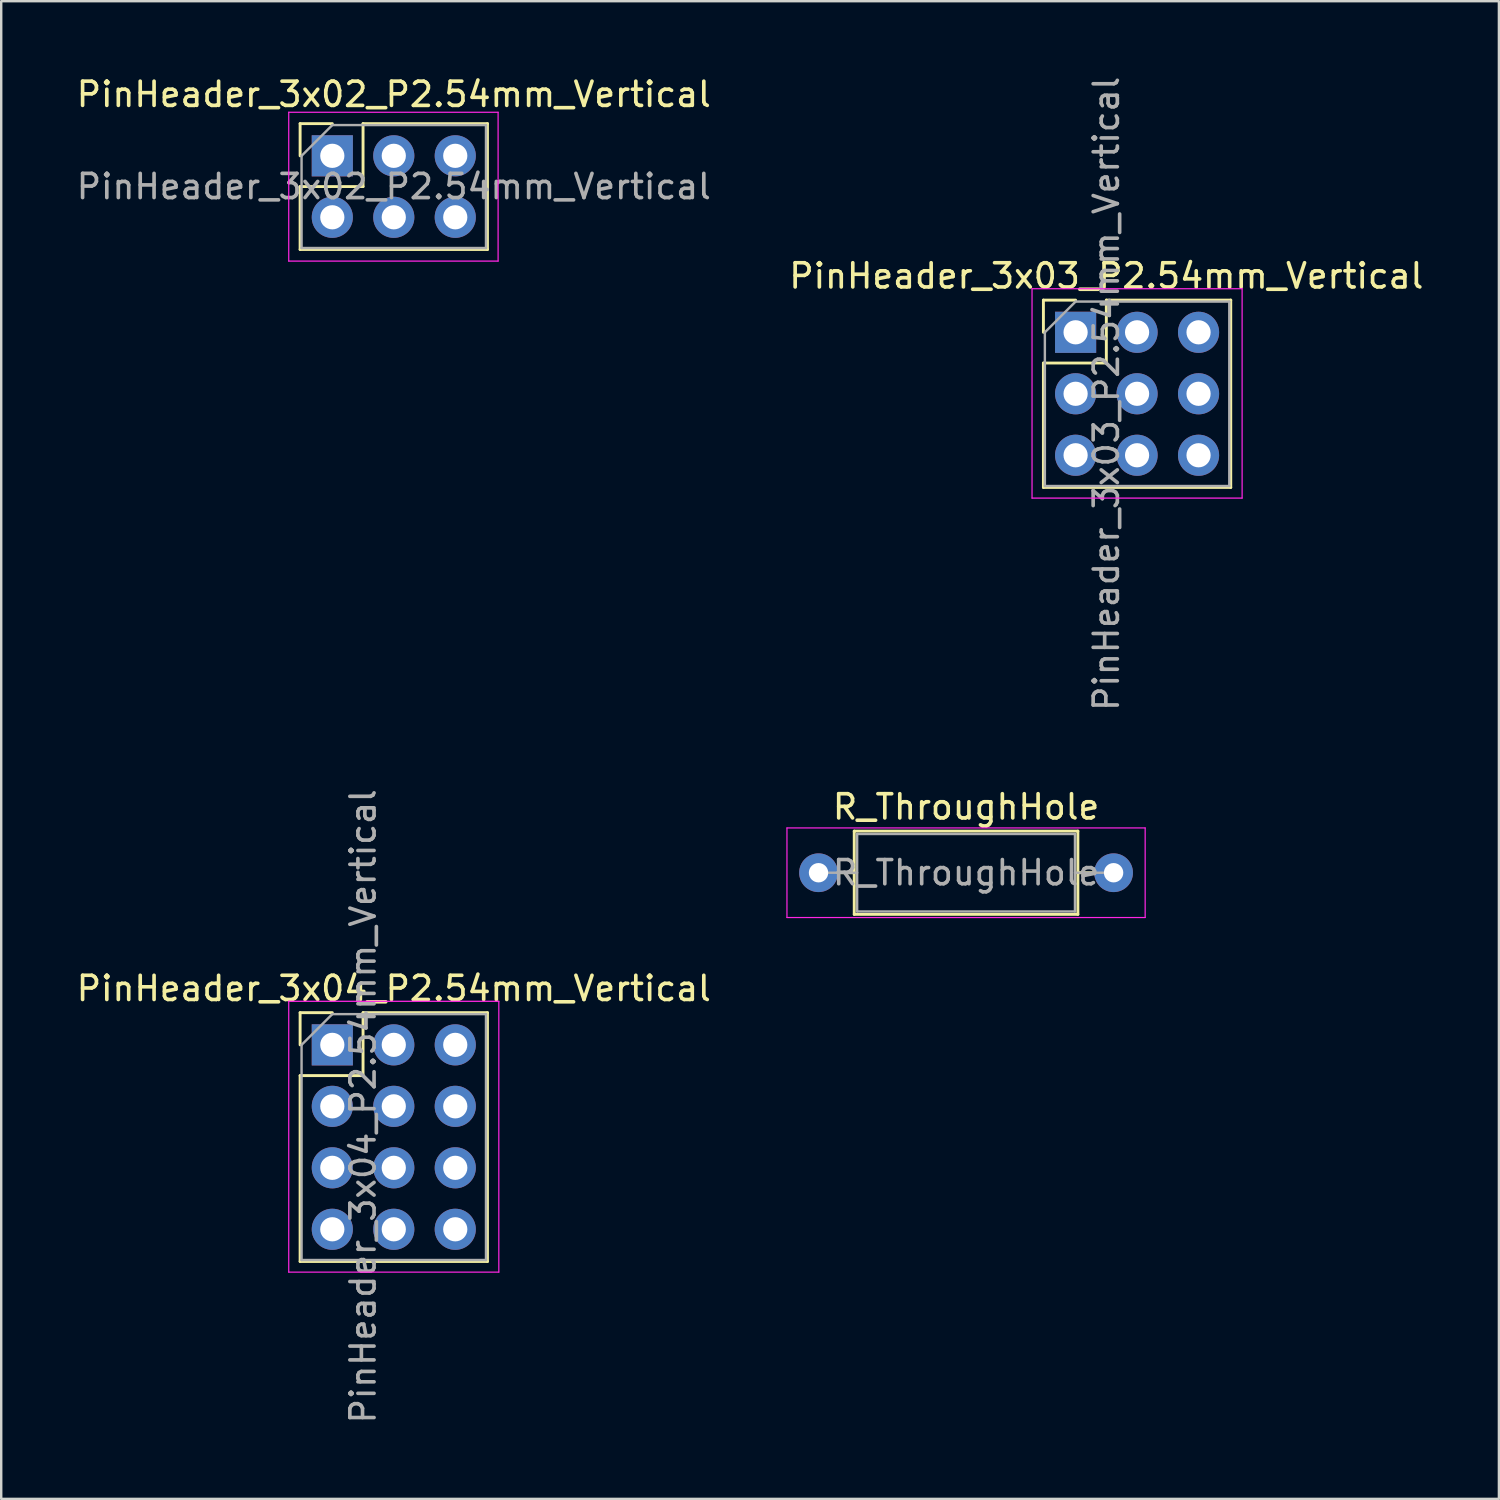
<source format=kicad_pcb>
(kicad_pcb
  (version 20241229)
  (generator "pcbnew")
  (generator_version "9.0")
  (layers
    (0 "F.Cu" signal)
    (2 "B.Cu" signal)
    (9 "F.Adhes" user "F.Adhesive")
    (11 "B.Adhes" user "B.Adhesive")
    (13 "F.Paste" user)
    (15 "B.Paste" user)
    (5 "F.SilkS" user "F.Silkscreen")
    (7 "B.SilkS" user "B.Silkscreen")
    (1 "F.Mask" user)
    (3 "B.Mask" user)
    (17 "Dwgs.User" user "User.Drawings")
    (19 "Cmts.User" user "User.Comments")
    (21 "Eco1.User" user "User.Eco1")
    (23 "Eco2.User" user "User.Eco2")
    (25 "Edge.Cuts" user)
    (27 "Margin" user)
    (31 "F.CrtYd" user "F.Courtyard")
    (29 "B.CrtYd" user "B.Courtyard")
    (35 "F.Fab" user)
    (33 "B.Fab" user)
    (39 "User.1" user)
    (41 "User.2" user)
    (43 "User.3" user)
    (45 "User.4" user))
  (footprint "PinHeader_3x03_P2.54mm_Vertical"
    (layer "F.Cu")
    (at 41.391 10.68)
    (property "Reference" "PinHeader_3x03_P2.54mm_Vertical" (at 1.27 -2.33 0) (layer "F.SilkS") (effects (font (size 1 1) (thickness 0.15))))
    (attr through_hole)
    (fp_line (start -1.33 -1.33) (end 0 -1.33) (stroke (width 0.12) (type solid)) (layer "F.SilkS"))
    (fp_line (start -1.33 0) (end -1.33 -1.33) (stroke (width 0.12) (type solid)) (layer "F.SilkS"))
    (fp_line (start -1.33 1.27) (end -1.33 6.41) (stroke (width 0.12) (type solid)) (layer "F.SilkS"))
    (fp_line (start -1.33 1.27) (end 1.27 1.27) (stroke (width 0.12) (type solid)) (layer "F.SilkS"))
    (fp_line (start -1.33 6.41) (end 6.41 6.41) (stroke (width 0.12) (type solid)) (layer "F.SilkS"))
    (fp_line (start 1.27 -1.33) (end 6.41 -1.33) (stroke (width 0.12) (type solid)) (layer "F.SilkS"))
    (fp_line (start 1.27 1.27) (end 1.27 -1.33) (stroke (width 0.12) (type solid)) (layer "F.SilkS"))
    (fp_line (start 6.41 -1.33) (end 6.41 6.41) (stroke (width 0.12) (type solid)) (layer "F.SilkS"))
    (fp_line (start -1.8 -1.8) (end -1.8 6.85) (stroke (width 0.05) (type solid)) (layer "F.CrtYd"))
    (fp_line (start -1.8 6.85) (end 6.88 6.85) (stroke (width 0.05) (type solid)) (layer "F.CrtYd"))
    (fp_line (start 6.88 -1.8) (end -1.8 -1.8) (stroke (width 0.05) (type solid)) (layer "F.CrtYd"))
    (fp_line (start 6.88 6.85) (end 6.88 -1.8) (stroke (width 0.05) (type solid)) (layer "F.CrtYd"))
    (fp_line (start -1.27 0) (end 0 -1.27) (stroke (width 0.1) (type solid)) (layer "F.Fab"))
    (fp_line (start -1.27 6.35) (end -1.27 0) (stroke (width 0.1) (type solid)) (layer "F.Fab"))
    (fp_line (start 0 -1.27) (end 6.35 -1.27) (stroke (width 0.1) (type solid)) (layer "F.Fab"))
    (fp_line (start 6.35 -1.27) (end 6.35 6.35) (stroke (width 0.1) (type solid)) (layer "F.Fab"))
    (fp_line (start 6.35 6.35) (end -1.27 6.35) (stroke (width 0.1) (type solid)) (layer "F.Fab"))
    (fp_text user "${REFERENCE}" (at 1.27 2.54 90) (layer "F.Fab") (effects (font (size 1 1) (thickness 0.15))))
    (pad "1" thru_hole rect (at 0 0) (size 1.7 1.7) (drill 1) (layers "*.Cu" "*.Mask"))
    (pad "2" thru_hole oval (at 2.54 0) (size 1.7 1.7) (drill 1) (layers "*.Cu" "*.Mask"))
    (pad "3" thru_hole oval (at 5.08 0) (size 1.7 1.7) (drill 1) (layers "*.Cu" "*.Mask"))
    (pad "4" thru_hole oval (at 0 2.54) (size 1.7 1.7) (drill 1) (layers "*.Cu" "*.Mask"))
    (pad "5" thru_hole oval (at 2.54 2.54) (size 1.7 1.7) (drill 1) (layers "*.Cu" "*.Mask"))
    (pad "6" thru_hole oval (at 5.08 2.54) (size 1.7 1.7) (drill 1) (layers "*.Cu" "*.Mask"))
    (pad "7" thru_hole oval (at 0 5.08) (size 1.7 1.7) (drill 1) (layers "*.Cu" "*.Mask"))
    (pad "8" thru_hole oval (at 2.54 5.08) (size 1.7 1.7) (drill 1) (layers "*.Cu" "*.Mask"))
    (pad "9" thru_hole oval (at 5.08 5.08) (size 1.7 1.7) (drill 1) (layers "*.Cu" "*.Mask")))
  (footprint "PinHeader_3x02_P2.54mm_Vertical"
    (layer "F.Cu")
    (at 10.68 3.388)
    (property "Reference" "PinHeader_3x02_P2.54mm_Vertical" (at 2.54 -2.54 0) (layer "F.SilkS") (effects (font (size 1 1) (thickness 0.15))))
    (attr through_hole)
    (fp_line (start -1.33 -1.33) (end -1.33 0) (stroke (width 0.12) (type solid)) (layer "F.SilkS"))
    (fp_line (start -1.33 1.27) (end -1.33 3.87) (stroke (width 0.12) (type solid)) (layer "F.SilkS"))
    (fp_line (start -1.33 3.87) (end 6.41 3.87) (stroke (width 0.12) (type solid)) (layer "F.SilkS"))
    (fp_line (start 0 -1.33) (end -1.33 -1.33) (stroke (width 0.12) (type solid)) (layer "F.SilkS"))
    (fp_line (start 1.27 -1.33) (end 1.27 1.27) (stroke (width 0.12) (type solid)) (layer "F.SilkS"))
    (fp_line (start 1.27 -1.33) (end 6.41 -1.33) (stroke (width 0.12) (type solid)) (layer "F.SilkS"))
    (fp_line (start 1.27 1.27) (end -1.33 1.27) (stroke (width 0.12) (type solid)) (layer "F.SilkS"))
    (fp_line (start 6.41 -1.33) (end 6.41 3.87) (stroke (width 0.12) (type solid)) (layer "F.SilkS"))
    (fp_line (start -1.8 -1.8) (end 6.85 -1.8) (stroke (width 0.05) (type solid)) (layer "F.CrtYd"))
    (fp_line (start -1.8 4.35) (end -1.8 -1.8) (stroke (width 0.05) (type solid)) (layer "F.CrtYd"))
    (fp_line (start 6.85 -1.8) (end 6.85 4.35) (stroke (width 0.05) (type solid)) (layer "F.CrtYd"))
    (fp_line (start 6.85 4.35) (end -1.8 4.35) (stroke (width 0.05) (type solid)) (layer "F.CrtYd"))
    (fp_line (start -1.27 0) (end -1.27 3.81) (stroke (width 0.1) (type solid)) (layer "F.Fab"))
    (fp_line (start -1.27 3.81) (end 6.35 3.81) (stroke (width 0.1) (type solid)) (layer "F.Fab"))
    (fp_line (start 0 -1.27) (end -1.27 0) (stroke (width 0.1) (type solid)) (layer "F.Fab"))
    (fp_line (start 6.35 -1.27) (end 0 -1.27) (stroke (width 0.1) (type solid)) (layer "F.Fab"))
    (fp_line (start 6.35 3.81) (end 6.35 -1.27) (stroke (width 0.1) (type solid)) (layer "F.Fab"))
    (fp_text user "${REFERENCE}" (at 2.54 1.27 0) (layer "F.Fab") (effects (font (size 1 1) (thickness 0.15))))
    (pad "1" thru_hole rect (at 0 0 90) (size 1.7 1.7) (drill 1) (layers "*.Cu" "*.Mask"))
    (pad "2" thru_hole oval (at 2.54 0 90) (size 1.7 1.7) (drill 1) (layers "*.Cu" "*.Mask"))
    (pad "3" thru_hole oval (at 5.08 0 90) (size 1.7 1.7) (drill 1) (layers "*.Cu" "*.Mask"))
    (pad "4" thru_hole oval (at 0 2.54 90) (size 1.7 1.7) (drill 1) (layers "*.Cu" "*.Mask"))
    (pad "5" thru_hole oval (at 2.54 2.54 90) (size 1.7 1.7) (drill 1) (layers "*.Cu" "*.Mask"))
    (pad "6" thru_hole oval (at 5.08 2.54 90) (size 1.7 1.7) (drill 1) (layers "*.Cu" "*.Mask")))
  (footprint "R_ThroughHole"
    (layer "F.Cu")
    (at 30.515 33.009)
    (property "Reference" "R_ThroughHole" (at 6.35 -2.72 0) (layer "F.SilkS") (effects (font (size 1 1) (thickness 0.15))))
    (attr through_hole)
    (fp_line (start 1.04 0) (end 1.73 0) (stroke (width 0.12) (type solid)) (layer "F.SilkS"))
    (fp_line (start 1.73 -1.72) (end 1.73 1.72) (stroke (width 0.12) (type solid)) (layer "F.SilkS"))
    (fp_line (start 1.73 1.72) (end 10.97 1.72) (stroke (width 0.12) (type solid)) (layer "F.SilkS"))
    (fp_line (start 10.97 -1.72) (end 1.73 -1.72) (stroke (width 0.12) (type solid)) (layer "F.SilkS"))
    (fp_line (start 10.97 1.72) (end 10.97 -1.72) (stroke (width 0.12) (type solid)) (layer "F.SilkS"))
    (fp_line (start 11.66 0) (end 10.97 0) (stroke (width 0.12) (type solid)) (layer "F.SilkS"))
    (fp_line (start -1.05 -1.85) (end -1.05 1.85) (stroke (width 0.05) (type solid)) (layer "F.CrtYd"))
    (fp_line (start -1.05 1.85) (end 13.75 1.85) (stroke (width 0.05) (type solid)) (layer "F.CrtYd"))
    (fp_line (start 13.75 -1.85) (end -1.05 -1.85) (stroke (width 0.05) (type solid)) (layer "F.CrtYd"))
    (fp_line (start 13.75 1.85) (end 13.75 -1.85) (stroke (width 0.05) (type solid)) (layer "F.CrtYd"))
    (fp_line (start 0 0) (end 1.85 0) (stroke (width 0.1) (type solid)) (layer "F.Fab"))
    (fp_line (start 1.85 -1.6) (end 1.85 1.6) (stroke (width 0.1) (type solid)) (layer "F.Fab"))
    (fp_line (start 1.85 1.6) (end 10.85 1.6) (stroke (width 0.1) (type solid)) (layer "F.Fab"))
    (fp_line (start 10.85 -1.6) (end 1.85 -1.6) (stroke (width 0.1) (type solid)) (layer "F.Fab"))
    (fp_line (start 10.85 1.6) (end 10.85 -1.6) (stroke (width 0.1) (type solid)) (layer "F.Fab"))
    (fp_line (start 12.7 0) (end 10.85 0) (stroke (width 0.1) (type solid)) (layer "F.Fab"))
    (fp_text user "${REFERENCE}" (at 6.35 0 0) (layer "F.Fab") (effects (font (size 1 1) (thickness 0.15))))
    (pad "1" thru_hole circle (at 0.254 0) (size 1.6 1.6) (drill 0.8) (layers "*.Cu" "*.Mask"))
    (pad "2" thru_hole oval (at 12.446 0) (size 1.6 1.6) (drill 0.8) (layers "*.Cu" "*.Mask")))
  (footprint "PinHeader_3x04_P2.54mm_Vertical"
    (layer "F.Cu")
    (at 10.68 40.121)
    (property "Reference" "PinHeader_3x04_P2.54mm_Vertical" (at 2.54 -2.33 0) (layer "F.SilkS") (effects (font (size 1 1) (thickness 0.15))))
    (attr through_hole)
    (fp_line (start -1.33 -1.33) (end 0 -1.33) (stroke (width 0.12) (type solid)) (layer "F.SilkS"))
    (fp_line (start -1.33 0) (end -1.33 -1.33) (stroke (width 0.12) (type solid)) (layer "F.SilkS"))
    (fp_line (start -1.33 1.27) (end -1.33 8.95) (stroke (width 0.12) (type solid)) (layer "F.SilkS"))
    (fp_line (start -1.33 1.27) (end 1.27 1.27) (stroke (width 0.12) (type solid)) (layer "F.SilkS"))
    (fp_line (start -1.33 8.95) (end 6.41 8.95) (stroke (width 0.12) (type solid)) (layer "F.SilkS"))
    (fp_line (start 1.27 -1.33) (end 6.41 -1.33) (stroke (width 0.12) (type solid)) (layer "F.SilkS"))
    (fp_line (start 1.27 1.27) (end 1.27 -1.33) (stroke (width 0.12) (type solid)) (layer "F.SilkS"))
    (fp_line (start 6.41 -1.33) (end 6.41 8.95) (stroke (width 0.12) (type solid)) (layer "F.SilkS"))
    (fp_line (start -1.8 -1.8) (end -1.8 9.39) (stroke (width 0.05) (type solid)) (layer "F.CrtYd"))
    (fp_line (start -1.8 9.39) (end 6.88 9.39) (stroke (width 0.05) (type solid)) (layer "F.CrtYd"))
    (fp_line (start 6.88 -1.8) (end -1.8 -1.8) (stroke (width 0.05) (type solid)) (layer "F.CrtYd"))
    (fp_line (start 6.88 9.39) (end 6.88 -1.8) (stroke (width 0.05) (type solid)) (layer "F.CrtYd"))
    (fp_line (start -1.27 0) (end 0 -1.27) (stroke (width 0.1) (type solid)) (layer "F.Fab"))
    (fp_line (start -1.27 8.89) (end -1.27 0) (stroke (width 0.1) (type solid)) (layer "F.Fab"))
    (fp_line (start 0 -1.27) (end 6.35 -1.27) (stroke (width 0.1) (type solid)) (layer "F.Fab"))
    (fp_line (start 6.35 -1.27) (end 6.35 8.89) (stroke (width 0.1) (type solid)) (layer "F.Fab"))
    (fp_line (start 6.35 8.89) (end -1.27 8.89) (stroke (width 0.1) (type solid)) (layer "F.Fab"))
    (fp_text user "${REFERENCE}" (at 1.27 2.54 90) (layer "F.Fab") (effects (font (size 1 1) (thickness 0.15))))
    (pad "1" thru_hole rect (at 0 0) (size 1.7 1.7) (drill 1) (layers "*.Cu" "*.Mask"))
    (pad "2" thru_hole oval (at 2.54 0) (size 1.7 1.7) (drill 1) (layers "*.Cu" "*.Mask"))
    (pad "3" thru_hole oval (at 5.08 0) (size 1.7 1.7) (drill 1) (layers "*.Cu" "*.Mask"))
    (pad "4" thru_hole oval (at 0 2.54) (size 1.7 1.7) (drill 1) (layers "*.Cu" "*.Mask"))
    (pad "5" thru_hole oval (at 2.54 2.54) (size 1.7 1.7) (drill 1) (layers "*.Cu" "*.Mask"))
    (pad "6" thru_hole oval (at 5.08 2.54) (size 1.7 1.7) (drill 1) (layers "*.Cu" "*.Mask"))
    (pad "7" thru_hole oval (at 0 5.08) (size 1.7 1.7) (drill 1) (layers "*.Cu" "*.Mask"))
    (pad "8" thru_hole oval (at 2.54 5.08) (size 1.7 1.7) (drill 1) (layers "*.Cu" "*.Mask"))
    (pad "9" thru_hole oval (at 5.08 5.08) (size 1.7 1.7) (drill 1) (layers "*.Cu" "*.Mask"))
    (pad "10" thru_hole oval (at 0 7.62) (size 1.7 1.7) (drill 1) (layers "*.Cu" "*.Mask"))
    (pad "11" thru_hole oval (at 2.54 7.62) (size 1.7 1.7) (drill 1) (layers "*.Cu" "*.Mask"))
    (pad "12" thru_hole oval (at 5.08 7.62) (size 1.7 1.7) (drill 1) (layers "*.Cu" "*.Mask")))
  (gr_rect
    (start -3 -3)
    (end 58.881 58.881)
    (stroke (width 0.1) (type default))
    (fill no)
    (layer "Edge.Cuts")))
</source>
